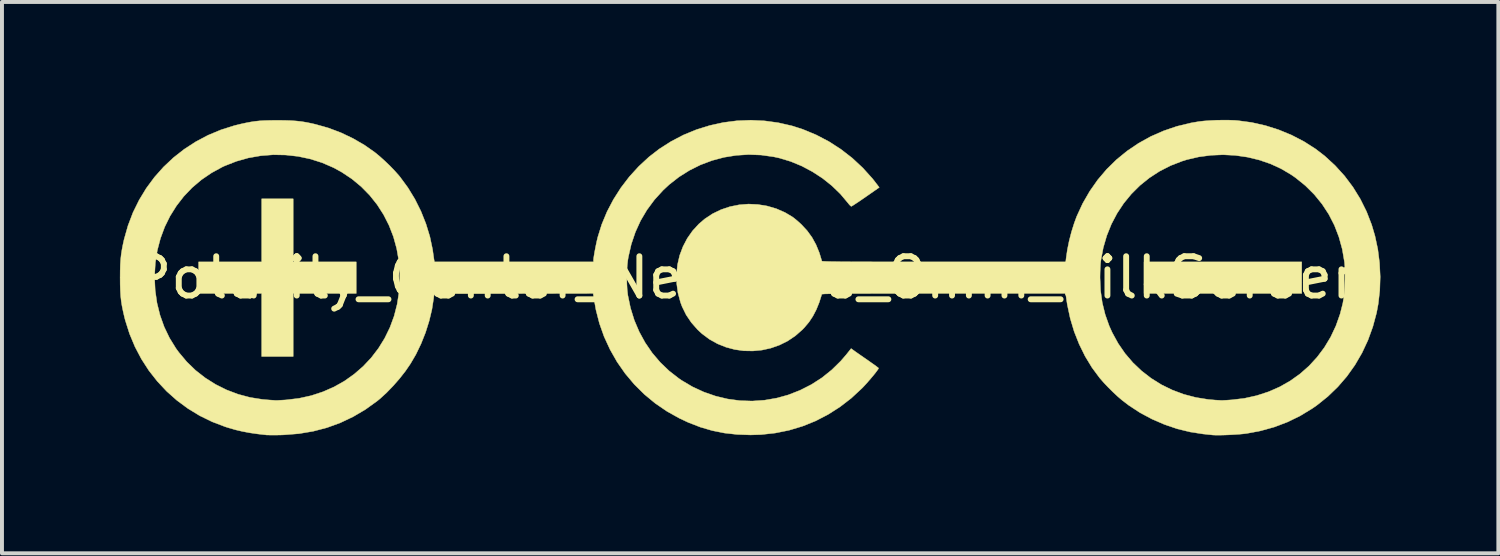
<source format=kicad_pcb>
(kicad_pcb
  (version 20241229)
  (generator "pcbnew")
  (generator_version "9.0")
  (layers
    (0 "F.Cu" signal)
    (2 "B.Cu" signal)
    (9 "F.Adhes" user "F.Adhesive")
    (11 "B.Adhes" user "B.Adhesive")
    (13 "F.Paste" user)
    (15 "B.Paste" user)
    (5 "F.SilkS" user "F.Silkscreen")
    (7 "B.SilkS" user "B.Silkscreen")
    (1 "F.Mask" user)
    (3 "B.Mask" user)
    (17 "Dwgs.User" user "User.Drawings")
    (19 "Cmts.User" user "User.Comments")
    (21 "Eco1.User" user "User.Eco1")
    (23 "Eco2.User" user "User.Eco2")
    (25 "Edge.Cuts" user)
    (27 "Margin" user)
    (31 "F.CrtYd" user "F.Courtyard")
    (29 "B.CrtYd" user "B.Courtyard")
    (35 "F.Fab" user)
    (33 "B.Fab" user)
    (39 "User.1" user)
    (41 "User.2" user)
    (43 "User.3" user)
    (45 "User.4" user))
  (footprint "Polarity_Center_Negative_8mm_SilkScreen"
    (layer "F.Cu")
    (at 16.021 4.012)
    (property "Reference" "Polarity_Center_Negative_8mm_SilkScreen" (at 0 0 0) (layer "F.SilkS") (effects (font (size 1 1) (thickness 0.15))))
    (attr exclude_from_pos_files exclude_from_bom)
    (fp_poly (pts (xy 14.037 0.401) (xy 10.026 0.401) (xy 10.026 -0.401) (xy 14.037 -0.401) (xy 14.037 0.401)) (stroke (width 0.01) (type solid)) (fill yes) (layer "F.SilkS"))
    (fp_poly (pts (xy -11.614 -0.401) (xy -10.01 -0.401) (xy -10.01 0.401) (xy -11.614 0.401) (xy -11.614 2.005) (xy -12.416 2.005) (xy -12.416 0.401) (xy -14.02 0.401) (xy -14.02 -0.401) (xy -12.416 -0.401) (xy -12.416 -2.005) (xy -11.614 -2.005) (xy -11.614 -0.401)) (stroke (width 0.01) (type solid)) (fill yes) (layer "F.SilkS"))
    (fp_poly (pts (xy 12.193 -4.006) (xy 12.338 -4.001) (xy 12.409 -3.995) (xy 12.765 -3.947) (xy 13.115 -3.868) (xy 13.455 -3.76) (xy 13.783 -3.624) (xy 14.095 -3.462) (xy 14.388 -3.275) (xy 14.622 -3.095) (xy 14.886 -2.852) (xy 15.126 -2.588) (xy 15.34 -2.303) (xy 15.527 -2) (xy 15.686 -1.68) (xy 15.816 -1.345) (xy 15.9 -1.061) (xy 15.972 -0.723) (xy 16.016 -0.375) (xy 16.033 -0.023) (xy 16.022 0.326) (xy 15.983 0.666) (xy 15.941 0.892) (xy 15.845 1.249) (xy 15.721 1.591) (xy 15.569 1.916) (xy 15.39 2.223) (xy 15.185 2.511) (xy 14.954 2.778) (xy 14.699 3.024) (xy 14.42 3.247) (xy 14.302 3.329) (xy 13.994 3.516) (xy 13.672 3.673) (xy 13.336 3.8) (xy 12.986 3.897) (xy 12.645 3.961) (xy 12.559 3.972) (xy 12.454 3.982) (xy 12.335 3.99) (xy 12.21 3.997) (xy 12.087 4.002) (xy 11.971 4.005) (xy 11.871 4.006) (xy 11.794 4.003) (xy 11.764 4.001) (xy 11.723 3.996) (xy 11.658 3.99) (xy 11.581 3.981) (xy 11.53 3.976) (xy 11.2 3.925) (xy 10.869 3.844) (xy 10.543 3.733) (xy 10.226 3.596) (xy 9.922 3.433) (xy 9.638 3.247) (xy 9.467 3.116) (xy 9.357 3.022) (xy 9.238 2.911) (xy 9.117 2.791) (xy 9.004 2.672) (xy 8.908 2.562) (xy 8.896 2.548) (xy 8.701 2.285) (xy 8.527 1.998) (xy 8.376 1.691) (xy 8.249 1.37) (xy 8.149 1.036) (xy 8.076 0.695) (xy 8.062 0.606) (xy 8.032 0.401) (xy 4.934 0.401) (xy 4.543 0.401) (xy 4.184 0.401) (xy 3.856 0.401) (xy 3.557 0.402) (xy 3.287 0.402) (xy 3.045 0.403) (xy 2.829 0.403) (xy 2.638 0.404) (xy 2.47 0.405) (xy 2.325 0.406) (xy 2.201 0.408) (xy 2.098 0.409) (xy 2.013 0.411) (xy 1.946 0.412) (xy 1.896 0.414) (xy 1.861 0.417) (xy 1.839 0.419) (xy 1.831 0.422) (xy 1.831 0.422) (xy 1.764 0.633) (xy 1.689 0.817) (xy 1.604 0.98) (xy 1.506 1.128) (xy 1.39 1.266) (xy 1.338 1.321) (xy 1.158 1.479) (xy 0.962 1.611) (xy 0.753 1.715) (xy 0.534 1.792) (xy 0.308 1.842) (xy 0.078 1.864) (xy -0.153 1.86) (xy -0.382 1.828) (xy -0.606 1.768) (xy -0.821 1.682) (xy -1.026 1.568) (xy -1.215 1.427) (xy -1.326 1.325) (xy -1.488 1.141) (xy -1.619 0.947) (xy -1.721 0.74) (xy -1.763 0.628) (xy -1.828 0.387) (xy -1.861 0.144) (xy -1.863 0.006) (xy 8.907 0.006) (xy 8.921 0.329) (xy 8.964 0.638) (xy 9.037 0.935) (xy 9.14 1.226) (xy 9.216 1.395) (xy 9.367 1.671) (xy 9.543 1.927) (xy 9.743 2.161) (xy 9.965 2.372) (xy 10.207 2.559) (xy 10.468 2.722) (xy 10.746 2.858) (xy 11.038 2.967) (xy 11.344 3.047) (xy 11.661 3.098) (xy 11.848 3.114) (xy 11.908 3.117) (xy 11.961 3.12) (xy 11.981 3.122) (xy 12.013 3.122) (xy 12.071 3.119) (xy 12.146 3.115) (xy 12.233 3.109) (xy 12.252 3.108) (xy 12.58 3.069) (xy 12.895 2.999) (xy 13.195 2.901) (xy 13.479 2.776) (xy 13.746 2.624) (xy 13.994 2.447) (xy 14.222 2.246) (xy 14.428 2.022) (xy 14.612 1.777) (xy 14.772 1.511) (xy 14.906 1.227) (xy 15.013 0.924) (xy 15.082 0.652) (xy 15.103 0.526) (xy 15.12 0.377) (xy 15.132 0.213) (xy 15.138 0.044) (xy 15.139 -0.121) (xy 15.134 -0.273) (xy 15.124 -0.397) (xy 15.068 -0.724) (xy 14.982 -1.036) (xy 14.868 -1.332) (xy 14.725 -1.611) (xy 14.554 -1.872) (xy 14.356 -2.115) (xy 14.131 -2.339) (xy 13.88 -2.542) (xy 13.769 -2.619) (xy 13.514 -2.77) (xy 13.24 -2.896) (xy 12.953 -2.994) (xy 12.654 -3.066) (xy 12.348 -3.11) (xy 12.038 -3.126) (xy 11.727 -3.113) (xy 11.419 -3.072) (xy 11.117 -3.002) (xy 10.996 -2.964) (xy 10.699 -2.849) (xy 10.42 -2.706) (xy 10.16 -2.537) (xy 9.921 -2.344) (xy 9.704 -2.128) (xy 9.51 -1.892) (xy 9.34 -1.635) (xy 9.196 -1.361) (xy 9.079 -1.07) (xy 8.99 -0.765) (xy 8.93 -0.446) (xy 8.924 -0.401) (xy 8.918 -0.333) (xy 8.913 -0.241) (xy 8.909 -0.137) (xy 8.907 -0.03) (xy 8.907 0.006) (xy -1.863 0.006) (xy -1.864 -0.098) (xy -1.838 -0.336) (xy -1.784 -0.568) (xy -1.701 -0.789) (xy -1.592 -0.998) (xy -1.457 -1.191) (xy -1.296 -1.366) (xy -1.148 -1.493) (xy -0.947 -1.626) (xy -0.732 -1.73) (xy -0.506 -1.806) (xy -0.272 -1.853) (xy -0.034 -1.872) (xy 0.205 -1.861) (xy 0.442 -1.822) (xy 0.672 -1.755) (xy 0.894 -1.658) (xy 1.078 -1.549) (xy 1.133 -1.508) (xy 1.201 -1.452) (xy 1.272 -1.389) (xy 1.316 -1.348) (xy 1.46 -1.192) (xy 1.582 -1.024) (xy 1.683 -0.84) (xy 1.767 -0.635) (xy 1.832 -0.422) (xy 1.838 -0.419) (xy 1.858 -0.417) (xy 1.891 -0.415) (xy 1.94 -0.413) (xy 2.004 -0.411) (xy 2.087 -0.409) (xy 2.188 -0.408) (xy 2.309 -0.406) (xy 2.451 -0.405) (xy 2.616 -0.404) (xy 2.804 -0.404) (xy 3.017 -0.403) (xy 3.257 -0.402) (xy 3.523 -0.402) (xy 3.818 -0.401) (xy 4.142 -0.401) (xy 4.498 -0.401) (xy 4.885 -0.401) (xy 8.034 -0.401) (xy 8.046 -0.505) (xy 8.077 -0.715) (xy 8.123 -0.94) (xy 8.182 -1.168) (xy 8.251 -1.388) (xy 8.315 -1.561) (xy 8.467 -1.89) (xy 8.646 -2.2) (xy 8.849 -2.489) (xy 9.076 -2.757) (xy 9.326 -3.002) (xy 9.597 -3.223) (xy 9.887 -3.419) (xy 10.195 -3.59) (xy 10.521 -3.733) (xy 10.861 -3.849) (xy 11.216 -3.935) (xy 11.419 -3.97) (xy 11.547 -3.985) (xy 11.699 -3.996) (xy 11.863 -4.004) (xy 12.031 -4.007) (xy 12.193 -4.006)) (stroke (width 0.01) (type solid)) (fill yes) (layer "F.SilkS"))
    (fp_poly (pts (xy 0.378 -3.988) (xy 0.727 -3.94) (xy 1.073 -3.861) (xy 1.345 -3.774) (xy 1.685 -3.633) (xy 2.01 -3.463) (xy 2.317 -3.265) (xy 2.606 -3.041) (xy 2.875 -2.79) (xy 3.122 -2.516) (xy 3.247 -2.355) (xy 3.292 -2.295) (xy 2.946 -2.054) (xy 2.85 -1.988) (xy 2.764 -1.929) (xy 2.689 -1.88) (xy 2.631 -1.842) (xy 2.593 -1.819) (xy 2.58 -1.813) (xy 2.561 -1.826) (xy 2.529 -1.858) (xy 2.493 -1.903) (xy 2.303 -2.129) (xy 2.087 -2.338) (xy 1.849 -2.528) (xy 1.592 -2.695) (xy 1.322 -2.839) (xy 1.041 -2.955) (xy 0.754 -3.042) (xy 0.608 -3.074) (xy 0.288 -3.119) (xy -0.031 -3.131) (xy -0.346 -3.111) (xy -0.657 -3.061) (xy -0.96 -2.98) (xy -1.253 -2.87) (xy -1.534 -2.73) (xy -1.8 -2.563) (xy -2.05 -2.368) (xy -2.206 -2.223) (xy -2.426 -1.981) (xy -2.617 -1.723) (xy -2.779 -1.449) (xy -2.911 -1.159) (xy -3.015 -0.852) (xy -3.089 -0.529) (xy -3.102 -0.451) (xy -3.117 -0.322) (xy -3.126 -0.172) (xy -3.13 -0.01) (xy -3.127 0.153) (xy -3.119 0.305) (xy -3.104 0.436) (xy -3.102 0.449) (xy -3.035 0.771) (xy -2.939 1.081) (xy -2.814 1.375) (xy -2.662 1.653) (xy -2.484 1.913) (xy -2.28 2.153) (xy -2.053 2.371) (xy -1.802 2.566) (xy -1.738 2.61) (xy -1.459 2.775) (xy -1.169 2.909) (xy -0.869 3.013) (xy -0.563 3.086) (xy -0.251 3.128) (xy 0.062 3.138) (xy 0.377 3.116) (xy 0.689 3.062) (xy 0.977 2.982) (xy 1.279 2.864) (xy 1.566 2.718) (xy 1.835 2.545) (xy 2.085 2.344) (xy 2.314 2.119) (xy 2.452 1.959) (xy 2.576 1.803) (xy 2.654 1.859) (xy 2.693 1.887) (xy 2.753 1.929) (xy 2.829 1.982) (xy 2.914 2.041) (xy 3.004 2.103) (xy 3.087 2.162) (xy 3.16 2.213) (xy 3.218 2.256) (xy 3.258 2.286) (xy 3.275 2.301) (xy 3.275 2.302) (xy 3.265 2.325) (xy 3.235 2.367) (xy 3.191 2.426) (xy 3.135 2.495) (xy 3.071 2.571) (xy 3.004 2.648) (xy 2.937 2.723) (xy 2.874 2.791) (xy 2.85 2.815) (xy 2.579 3.066) (xy 2.291 3.288) (xy 1.988 3.481) (xy 1.671 3.645) (xy 1.34 3.778) (xy 0.998 3.881) (xy 0.646 3.952) (xy 0.284 3.992) (xy 0.017 4) (xy -0.324 3.988) (xy -0.646 3.952) (xy -0.956 3.89) (xy -1.259 3.801) (xy -1.562 3.684) (xy -1.792 3.576) (xy -2.109 3.399) (xy -2.407 3.195) (xy -2.684 2.966) (xy -2.939 2.713) (xy -3.171 2.437) (xy -3.377 2.141) (xy -3.556 1.826) (xy -3.707 1.498) (xy -3.825 1.165) (xy -3.913 0.823) (xy -3.947 0.634) (xy -3.985 0.401) (xy -8.029 0.409) (xy -8.042 0.526) (xy -8.086 0.81) (xy -8.156 1.102) (xy -8.248 1.395) (xy -8.362 1.681) (xy -8.493 1.953) (xy -8.631 2.189) (xy -8.76 2.377) (xy -8.909 2.567) (xy -9.07 2.751) (xy -9.236 2.923) (xy -9.401 3.074) (xy -9.48 3.139) (xy -9.779 3.354) (xy -10.092 3.538) (xy -10.417 3.692) (xy -10.755 3.815) (xy -11.106 3.907) (xy -11.47 3.968) (xy -11.846 3.998) (xy -11.923 4.001) (xy -12.025 4.003) (xy -12.12 4.003) (xy -12.201 4.003) (xy -12.262 4.002) (xy -12.291 4.001) (xy -12.517 3.975) (xy -12.719 3.946) (xy -12.904 3.911) (xy -13.08 3.87) (xy -13.257 3.819) (xy -13.343 3.792) (xy -13.676 3.665) (xy -13.993 3.51) (xy -14.292 3.328) (xy -14.572 3.121) (xy -14.832 2.89) (xy -15.07 2.636) (xy -15.285 2.362) (xy -15.475 2.068) (xy -15.639 1.756) (xy -15.776 1.428) (xy -15.885 1.085) (xy -15.907 0.999) (xy -15.941 0.851) (xy -15.968 0.719) (xy -15.988 0.593) (xy -16.002 0.467) (xy -16.01 0.331) (xy -16.015 0.178) (xy -16.016 0) (xy -16.016 -0.008) (xy -15.14 -0.008) (xy -15.124 0.324) (xy -15.078 0.645) (xy -15.001 0.955) (xy -14.895 1.252) (xy -14.759 1.535) (xy -14.594 1.802) (xy -14.523 1.899) (xy -14.321 2.14) (xy -14.097 2.357) (xy -13.851 2.549) (xy -13.588 2.715) (xy -13.309 2.854) (xy -13.016 2.965) (xy -12.712 3.046) (xy -12.399 3.096) (xy -12.274 3.107) (xy -12.196 3.113) (xy -12.127 3.117) (xy -12.077 3.121) (xy -12.057 3.122) (xy -12.028 3.122) (xy -11.974 3.119) (xy -11.9 3.115) (xy -11.815 3.11) (xy -11.79 3.108) (xy -11.465 3.069) (xy -11.153 3) (xy -10.856 2.902) (xy -10.574 2.778) (xy -10.308 2.628) (xy -10.062 2.453) (xy -9.835 2.256) (xy -9.63 2.038) (xy -9.447 1.799) (xy -9.288 1.542) (xy -9.154 1.267) (xy -9.047 0.977) (xy -8.969 0.672) (xy -8.92 0.354) (xy -8.909 0.226) (xy -8.903 -0.105) (xy -8.927 -0.428) (xy -8.982 -0.741) (xy -9.065 -1.042) (xy -9.177 -1.33) (xy -9.315 -1.602) (xy -9.48 -1.859) (xy -9.67 -2.097) (xy -9.884 -2.315) (xy -10.122 -2.512) (xy -10.382 -2.685) (xy -10.586 -2.797) (xy -10.877 -2.923) (xy -11.179 -3.019) (xy -11.49 -3.085) (xy -11.805 -3.12) (xy -12.123 -3.126) (xy -12.44 -3.101) (xy -12.753 -3.046) (xy -13.058 -2.96) (xy -13.354 -2.844) (xy -13.415 -2.816) (xy -13.693 -2.664) (xy -13.951 -2.488) (xy -14.186 -2.288) (xy -14.397 -2.067) (xy -14.584 -1.825) (xy -14.746 -1.566) (xy -14.882 -1.29) (xy -14.99 -0.999) (xy -15.07 -0.694) (xy -15.12 -0.378) (xy -15.139 -0.052) (xy -15.14 -0.008) (xy -16.016 -0.008) (xy -16.015 -0.178) (xy -16.011 -0.331) (xy -16.002 -0.466) (xy -15.988 -0.593) (xy -15.968 -0.719) (xy -15.942 -0.852) (xy -15.914 -0.978) (xy -15.815 -1.326) (xy -15.688 -1.659) (xy -15.532 -1.975) (xy -15.35 -2.275) (xy -15.143 -2.555) (xy -14.913 -2.814) (xy -14.66 -3.052) (xy -14.386 -3.267) (xy -14.093 -3.457) (xy -13.782 -3.622) (xy -13.454 -3.759) (xy -13.11 -3.868) (xy -12.951 -3.907) (xy -12.813 -3.937) (xy -12.692 -3.96) (xy -12.578 -3.977) (xy -12.464 -3.989) (xy -12.343 -3.996) (xy -12.205 -4) (xy -12.044 -4.002) (xy -12.007 -4.002) (xy -11.828 -4) (xy -11.674 -3.995) (xy -11.536 -3.985) (xy -11.407 -3.971) (xy -11.278 -3.95) (xy -11.141 -3.922) (xy -11.047 -3.9) (xy -10.72 -3.808) (xy -10.399 -3.687) (xy -10.089 -3.539) (xy -9.795 -3.368) (xy -9.539 -3.188) (xy -9.418 -3.089) (xy -9.287 -2.971) (xy -9.155 -2.845) (xy -9.032 -2.717) (xy -8.925 -2.597) (xy -8.899 -2.565) (xy -8.698 -2.292) (xy -8.519 -1.999) (xy -8.365 -1.69) (xy -8.238 -1.371) (xy -8.138 -1.045) (xy -8.069 -0.718) (xy -8.055 -0.618) (xy -8.045 -0.548) (xy -8.036 -0.487) (xy -8.03 -0.446) (xy -8.028 -0.439) (xy -8.02 -0.401) (xy -3.977 -0.401) (xy -3.977 -0.441) (xy -3.974 -0.484) (xy -3.964 -0.552) (xy -3.95 -0.638) (xy -3.932 -0.734) (xy -3.912 -0.834) (xy -3.892 -0.928) (xy -3.872 -1.011) (xy -3.869 -1.026) (xy -3.766 -1.356) (xy -3.632 -1.678) (xy -3.469 -1.989) (xy -3.279 -2.287) (xy -3.064 -2.568) (xy -2.826 -2.829) (xy -2.567 -3.069) (xy -2.305 -3.272) (xy -2.003 -3.465) (xy -1.686 -3.63) (xy -1.358 -3.765) (xy -1.02 -3.87) (xy -0.676 -3.946) (xy -0.326 -3.991) (xy 0.026 -4.005) (xy 0.378 -3.988)) (stroke (width 0.01) (type solid)) (fill yes) (layer "F.SilkS")))
  (gr_rect
    (start -3 -3)
    (end 35.059 11.023)
    (stroke (width 0.1) (type default))
    (fill no)
    (layer "Edge.Cuts")))
</source>
